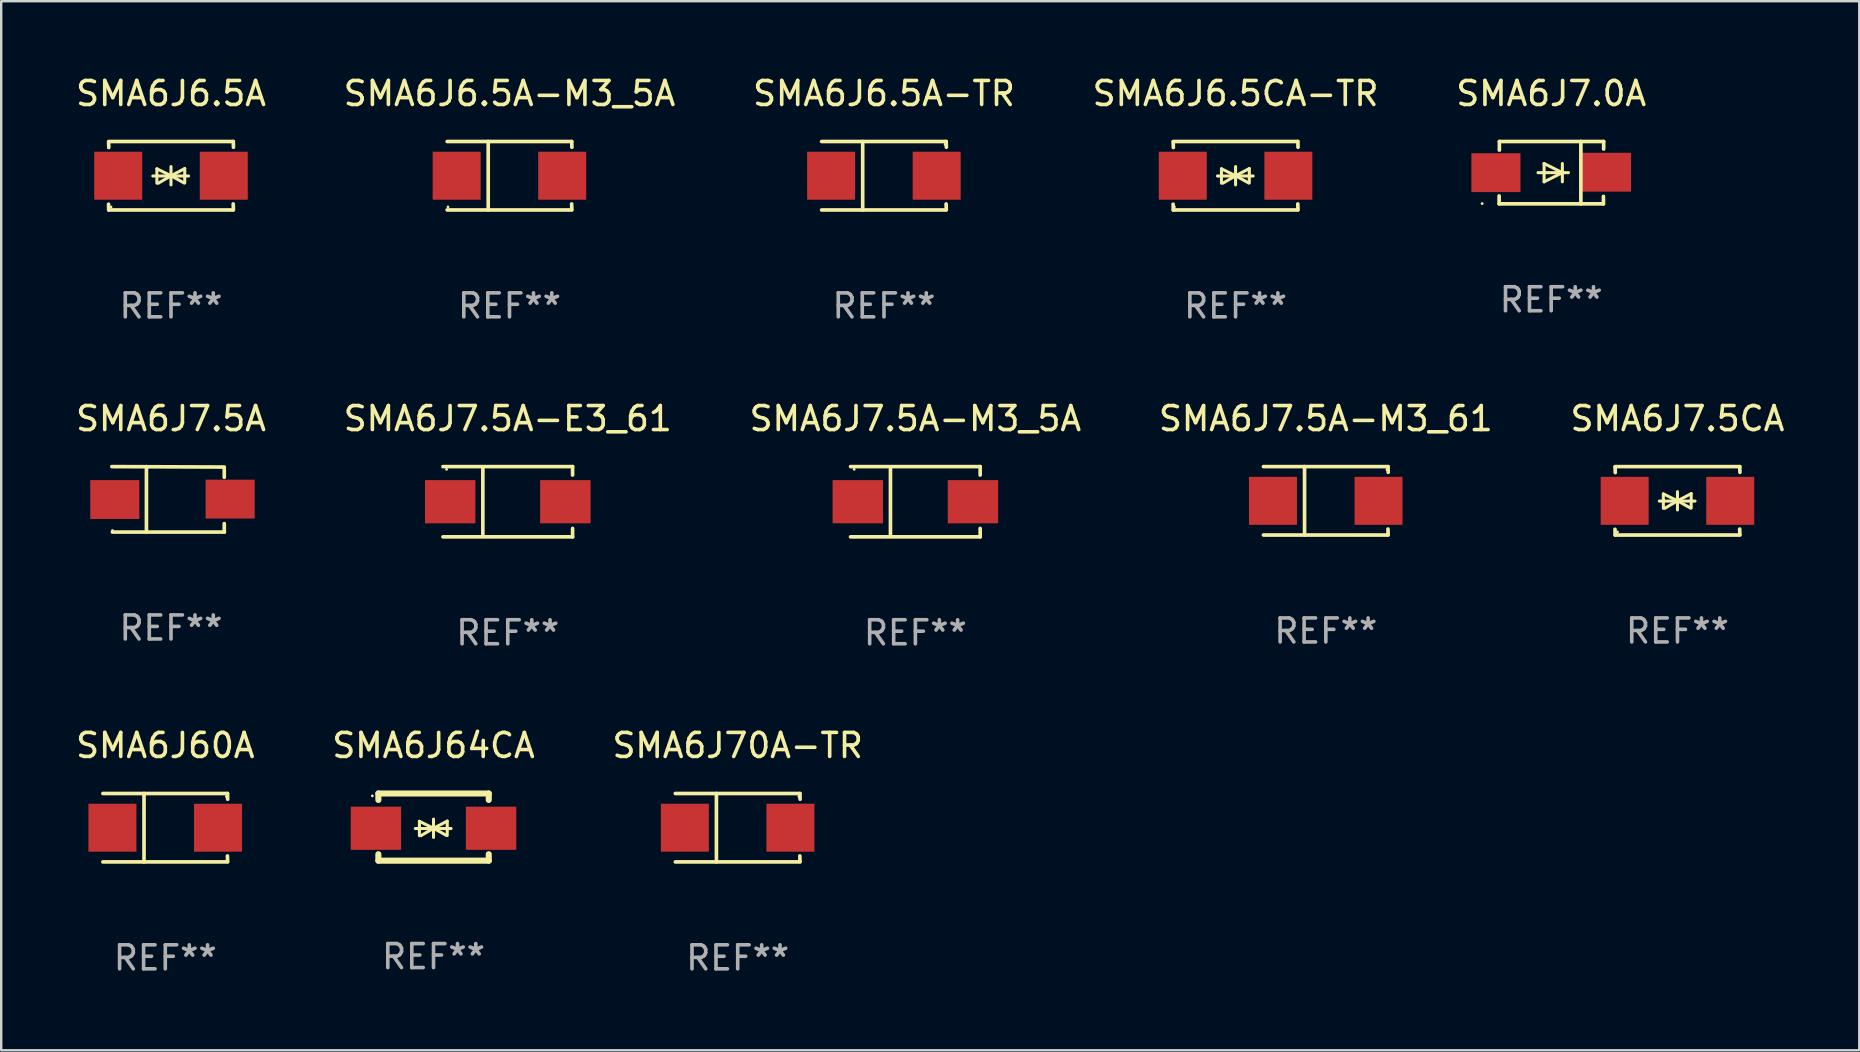
<source format=kicad_pcb>
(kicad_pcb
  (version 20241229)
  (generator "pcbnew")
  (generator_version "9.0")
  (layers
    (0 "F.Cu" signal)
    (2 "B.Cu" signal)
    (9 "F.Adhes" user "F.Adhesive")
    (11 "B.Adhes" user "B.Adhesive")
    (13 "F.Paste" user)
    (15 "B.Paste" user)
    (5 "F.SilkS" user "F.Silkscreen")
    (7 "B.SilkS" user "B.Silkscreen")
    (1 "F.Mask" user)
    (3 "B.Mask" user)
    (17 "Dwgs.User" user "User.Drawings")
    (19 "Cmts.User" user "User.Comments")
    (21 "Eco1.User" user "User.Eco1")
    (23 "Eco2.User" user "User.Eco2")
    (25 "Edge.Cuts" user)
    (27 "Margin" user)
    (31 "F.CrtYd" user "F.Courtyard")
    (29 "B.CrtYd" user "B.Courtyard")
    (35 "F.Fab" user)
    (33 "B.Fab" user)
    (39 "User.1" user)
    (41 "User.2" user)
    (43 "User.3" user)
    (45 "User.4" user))
  (footprint "SMA6J6.5CA-TR"
    (layer "F.Cu")
    (at 48.446 4.274)
    (property "Reference" "SMA6J6.5CA-TR" (at 0 -3.426 0) (layer "F.SilkS") (effects (font (size 1 1) (thickness 0.15))))
    (attr through_hole)
    (fp_line (start -2.596 -1.426) (end 2.596 -1.426) (stroke (width 0.152) (type solid)) (layer "F.SilkS"))
    (fp_line (start -2.596 1.426) (end -2.603 1.187) (stroke (width 0.152) (type solid)) (layer "F.SilkS"))
    (fp_line (start -2.596 1.426) (end 2.596 1.426) (stroke (width 0.152) (type solid)) (layer "F.SilkS"))
    (fp_line (start -2.593 -1.176) (end -2.6 -1.415) (stroke (width 0.152) (type solid)) (layer "F.SilkS"))
    (fp_line (start -0.758 0.011) (end 0.732 0.011) (stroke (width 0.127) (type solid)) (layer "F.SilkS"))
    (fp_line (start -0.588 -0.289) (end -0.588 0.311) (stroke (width 0.127) (type solid)) (layer "F.SilkS"))
    (fp_line (start -0.588 -0.289) (end 0 0) (stroke (width 0.127) (type solid)) (layer "F.SilkS"))
    (fp_line (start -0.528 0.311) (end 0 0) (stroke (width 0.127) (type solid)) (layer "F.SilkS"))
    (fp_line (start 0 0) (end 0 -0.381) (stroke (width 0.127) (type solid)) (layer "F.SilkS"))
    (fp_line (start 0 0) (end 0 0.381) (stroke (width 0.127) (type solid)) (layer "F.SilkS"))
    (fp_line (start 0.542 0.301) (end 0 0) (stroke (width 0.127) (type solid)) (layer "F.SilkS"))
    (fp_line (start 0.572 -0.299) (end 0 0) (stroke (width 0.127) (type solid)) (layer "F.SilkS"))
    (fp_line (start 0.572 -0.299) (end 0.572 0.301) (stroke (width 0.127) (type solid)) (layer "F.SilkS"))
    (fp_line (start 2.593 1.176) (end 2.6 1.415) (stroke (width 0.152) (type solid)) (layer "F.SilkS"))
    (fp_line (start 2.596 -1.426) (end 2.603 -1.187) (stroke (width 0.152) (type solid)) (layer "F.SilkS"))
    (fp_circle (center -2.55 1.3) (end -2.52 1.3) (stroke (width 0.06) (type solid)) (fill no) (layer "F.SilkS"))
    (fp_text user "REF**" (at 0 5.426 0) (layer "F.Fab") (effects (font (size 1 1) (thickness 0.15))))
    (pad "1" smd rect (at -2.2 0 180) (size 2 2) (layers "F.Cu" "F.Mask" "F.Paste"))
    (pad "2" smd rect (at 2.2 0 180) (size 2 2) (layers "F.Cu" "F.Mask" "F.Paste")))
  (footprint "SMA6J7.5CA"
    (layer "F.Cu")
    (at 66.863 17.823)
    (property "Reference" "SMA6J7.5CA" (at 0 -3.426 0) (layer "F.SilkS") (effects (font (size 1 1) (thickness 0.15))))
    (attr through_hole)
    (fp_line (start -2.596 -1.426) (end 2.596 -1.426) (stroke (width 0.152) (type solid)) (layer "F.SilkS"))
    (fp_line (start -2.596 1.426) (end -2.603 1.187) (stroke (width 0.152) (type solid)) (layer "F.SilkS"))
    (fp_line (start -2.596 1.426) (end 2.596 1.426) (stroke (width 0.152) (type solid)) (layer "F.SilkS"))
    (fp_line (start -2.593 -1.176) (end -2.6 -1.415) (stroke (width 0.152) (type solid)) (layer "F.SilkS"))
    (fp_line (start -0.758 0.011) (end 0.732 0.011) (stroke (width 0.127) (type solid)) (layer "F.SilkS"))
    (fp_line (start -0.588 -0.289) (end -0.588 0.311) (stroke (width 0.127) (type solid)) (layer "F.SilkS"))
    (fp_line (start -0.588 -0.289) (end 0 0) (stroke (width 0.127) (type solid)) (layer "F.SilkS"))
    (fp_line (start -0.528 0.311) (end 0 0) (stroke (width 0.127) (type solid)) (layer "F.SilkS"))
    (fp_line (start 0 0) (end 0 -0.381) (stroke (width 0.127) (type solid)) (layer "F.SilkS"))
    (fp_line (start 0 0) (end 0 0.381) (stroke (width 0.127) (type solid)) (layer "F.SilkS"))
    (fp_line (start 0.542 0.301) (end 0 0) (stroke (width 0.127) (type solid)) (layer "F.SilkS"))
    (fp_line (start 0.572 -0.299) (end 0 0) (stroke (width 0.127) (type solid)) (layer "F.SilkS"))
    (fp_line (start 0.572 -0.299) (end 0.572 0.301) (stroke (width 0.127) (type solid)) (layer "F.SilkS"))
    (fp_line (start 2.593 1.176) (end 2.6 1.415) (stroke (width 0.152) (type solid)) (layer "F.SilkS"))
    (fp_line (start 2.596 -1.426) (end 2.603 -1.187) (stroke (width 0.152) (type solid)) (layer "F.SilkS"))
    (fp_circle (center -2.5 1.3) (end -2.47 1.3) (stroke (width 0.06) (type solid)) (fill no) (layer "F.SilkS"))
    (fp_text user "REF**" (at 0 5.426 0) (layer "F.Fab") (effects (font (size 1 1) (thickness 0.15))))
    (pad "1" smd rect (at -2.2 0 180) (size 2 2) (layers "F.Cu" "F.Mask" "F.Paste"))
    (pad "2" smd rect (at 2.2 0 180) (size 2 2) (layers "F.Cu" "F.Mask" "F.Paste")))
  (footprint "SMA6J7.5A-M3_61"
    (layer "F.Cu")
    (at 52.208 17.823)
    (property "Reference" "SMA6J7.5A-M3_61" (at 0 -3.426 0) (layer "F.SilkS") (effects (font (size 1 1) (thickness 0.15))))
    (attr through_hole)
    (fp_line (start -2.6 -1.426) (end 2.593 -1.426) (stroke (width 0.152) (type solid)) (layer "F.SilkS"))
    (fp_line (start -2.6 1.426) (end 2.593 1.426) (stroke (width 0.152) (type solid)) (layer "F.SilkS"))
    (fp_line (start -0.887 -1.426) (end -0.887 1.426) (stroke (width 0.152) (type solid)) (layer "F.SilkS"))
    (fp_line (start 2.59 1.176) (end 2.597 1.415) (stroke (width 0.152) (type solid)) (layer "F.SilkS"))
    (fp_line (start 2.593 -1.426) (end 2.6 -1.187) (stroke (width 0.152) (type solid)) (layer "F.SilkS"))
    (fp_circle (center 2.547 -1.3) (end 2.577 -1.3) (stroke (width 0.06) (type solid)) (fill no) (layer "F.SilkS"))
    (fp_text user "REF**" (at 0 5.426 0) (layer "F.Fab") (effects (font (size 1 1) (thickness 0.15))))
    (pad "1" smd rect (at 2.197 -0.000025 180) (size 2 2) (layers "F.Cu" "F.Mask" "F.Paste"))
    (pad "2" smd rect (at -2.203 -0.000025 180) (size 2 2) (layers "F.Cu" "F.Mask" "F.Paste")))
  (footprint "SMA6J6.5A-M3_5A"
    (layer "F.Cu")
    (at 18.185 4.274)
    (property "Reference" "SMA6J6.5A-M3_5A" (at 0 -3.426 0) (layer "F.SilkS") (effects (font (size 1 1) (thickness 0.15))))
    (attr through_hole)
    (fp_line (start -2.6 -1.426) (end 2.593 -1.426) (stroke (width 0.152) (type solid)) (layer "F.SilkS"))
    (fp_line (start -2.6 1.426) (end 2.593 1.426) (stroke (width 0.152) (type solid)) (layer "F.SilkS"))
    (fp_line (start -0.887 -1.426) (end -0.887 1.426) (stroke (width 0.152) (type solid)) (layer "F.SilkS"))
    (fp_line (start 2.59 1.176) (end 2.597 1.415) (stroke (width 0.152) (type solid)) (layer "F.SilkS"))
    (fp_line (start 2.593 -1.426) (end 2.6 -1.187) (stroke (width 0.152) (type solid)) (layer "F.SilkS"))
    (fp_circle (center -2.563 1.3) (end -2.533 1.3) (stroke (width 0.06) (type solid)) (fill no) (layer "F.SilkS"))
    (fp_text user "REF**" (at 0 5.426 0) (layer "F.Fab") (effects (font (size 1 1) (thickness 0.15))))
    (pad "1" smd rect (at -2.203 -0.000025 180) (size 2 2) (layers "F.Cu" "F.Mask" "F.Paste"))
    (pad "2" smd rect (at 2.197 -0.000025 180) (size 2 2) (layers "F.Cu" "F.Mask" "F.Paste")))
  (footprint "SMA6J60A"
    (layer "F.Cu")
    (at 3.839 31.447)
    (property "Reference" "SMA6J60A" (at 0 -3.426 0) (layer "F.SilkS") (effects (font (size 1 1) (thickness 0.15))))
    (attr through_hole)
    (fp_line (start -2.6 -1.426) (end 2.593 -1.426) (stroke (width 0.152) (type solid)) (layer "F.SilkS"))
    (fp_line (start -2.6 1.426) (end 2.593 1.426) (stroke (width 0.152) (type solid)) (layer "F.SilkS"))
    (fp_line (start -0.887 -1.426) (end -0.887 1.426) (stroke (width 0.152) (type solid)) (layer "F.SilkS"))
    (fp_line (start 2.59 1.176) (end 2.597 1.415) (stroke (width 0.152) (type solid)) (layer "F.SilkS"))
    (fp_line (start 2.593 -1.426) (end 2.6 -1.187) (stroke (width 0.152) (type solid)) (layer "F.SilkS"))
    (fp_circle (center 2.547 -1.3) (end 2.577 -1.3) (stroke (width 0.06) (type solid)) (fill no) (layer "F.SilkS"))
    (fp_text user "REF**" (at 0 5.426 0) (layer "F.Fab") (effects (font (size 1 1) (thickness 0.15))))
    (pad "1" smd rect (at 2.197 -0.000025 180) (size 2 2) (layers "F.Cu" "F.Mask" "F.Paste"))
    (pad "2" smd rect (at -2.203 -0.000025 180) (size 2 2) (layers "F.Cu" "F.Mask" "F.Paste")))
  (footprint "SMA6J64CA"
    (layer "F.Cu")
    (at 15.018 31.421)
    (property "Reference" "SMA6J64CA" (at 0 -3.4 0) (layer "F.SilkS") (effects (font (size 1 1) (thickness 0.15))))
    (attr through_hole)
    (fp_line (start -2.298 -1.4) (end -2.298 -1.131) (stroke (width 0.254) (type solid)) (layer "F.SilkS"))
    (fp_line (start -2.298 -1.4) (end 2.302 -1.4) (stroke (width 0.254) (type solid)) (layer "F.SilkS"))
    (fp_line (start -2.298 1.131) (end -2.298 1.4) (stroke (width 0.254) (type solid)) (layer "F.SilkS"))
    (fp_line (start -2.298 1.4) (end 2.302 1.4) (stroke (width 0.254) (type solid)) (layer "F.SilkS"))
    (fp_line (start -0.758 0.06) (end 0.732 0.06) (stroke (width 0.127) (type solid)) (layer "F.SilkS"))
    (fp_line (start -0.588 -0.24) (end -0.588 0.36) (stroke (width 0.127) (type solid)) (layer "F.SilkS"))
    (fp_line (start -0.588 -0.24) (end 0.000025 0.049) (stroke (width 0.127) (type solid)) (layer "F.SilkS"))
    (fp_line (start -0.528 0.36) (end 0.000025 0.049) (stroke (width 0.127) (type solid)) (layer "F.SilkS"))
    (fp_line (start 0.000025 0.049) (end 0.000025 -0.332) (stroke (width 0.127) (type solid)) (layer "F.SilkS"))
    (fp_line (start 0.000025 0.049) (end 0.000025 0.43) (stroke (width 0.127) (type solid)) (layer "F.SilkS"))
    (fp_line (start 0.542 0.35) (end 0.000025 0.049) (stroke (width 0.127) (type solid)) (layer "F.SilkS"))
    (fp_line (start 0.572 -0.25) (end 0.000025 0.049) (stroke (width 0.127) (type solid)) (layer "F.SilkS"))
    (fp_line (start 0.572 -0.25) (end 0.572 0.35) (stroke (width 0.127) (type solid)) (layer "F.SilkS"))
    (fp_line (start 2.302 -1.4) (end 2.302 -1.131) (stroke (width 0.254) (type solid)) (layer "F.SilkS"))
    (fp_line (start 2.302 1.131) (end 2.302 1.4) (stroke (width 0.254) (type solid)) (layer "F.SilkS"))
    (fp_circle (center -2.549 -1.301) (end -2.519 -1.301) (stroke (width 0.06) (type solid)) (fill no) (layer "F.SilkS"))
    (fp_text user "REF**" (at 0 5.4 0) (layer "F.Fab") (effects (font (size 1 1) (thickness 0.15))))
    (pad "1" smd rect (at -2.4 0.049) (size 2.1 1.8) (layers "F.Cu" "F.Mask" "F.Paste"))
    (pad "2" smd rect (at 2.4 0.049) (size 2.1 1.8) (layers "F.Cu" "F.Mask" "F.Paste")))
  (footprint "SMA6J6.5A"
    (layer "F.Cu")
    (at 4.077 4.274)
    (property "Reference" "SMA6J6.5A" (at 0 -3.426 0) (layer "F.SilkS") (effects (font (size 1 1) (thickness 0.15))))
    (attr through_hole)
    (fp_line (start -2.596 -1.426) (end 2.596 -1.426) (stroke (width 0.152) (type solid)) (layer "F.SilkS"))
    (fp_line (start -2.596 1.426) (end -2.603 1.187) (stroke (width 0.152) (type solid)) (layer "F.SilkS"))
    (fp_line (start -2.596 1.426) (end 2.596 1.426) (stroke (width 0.152) (type solid)) (layer "F.SilkS"))
    (fp_line (start -2.593 -1.176) (end -2.6 -1.415) (stroke (width 0.152) (type solid)) (layer "F.SilkS"))
    (fp_line (start -0.758 0.011) (end 0.732 0.011) (stroke (width 0.127) (type solid)) (layer "F.SilkS"))
    (fp_line (start -0.588 -0.289) (end -0.588 0.311) (stroke (width 0.127) (type solid)) (layer "F.SilkS"))
    (fp_line (start -0.588 -0.289) (end 0 0) (stroke (width 0.127) (type solid)) (layer "F.SilkS"))
    (fp_line (start -0.528 0.311) (end 0 0) (stroke (width 0.127) (type solid)) (layer "F.SilkS"))
    (fp_line (start 0 0) (end 0 -0.381) (stroke (width 0.127) (type solid)) (layer "F.SilkS"))
    (fp_line (start 0 0) (end 0 0.381) (stroke (width 0.127) (type solid)) (layer "F.SilkS"))
    (fp_line (start 0.542 0.301) (end 0 0) (stroke (width 0.127) (type solid)) (layer "F.SilkS"))
    (fp_line (start 0.572 -0.299) (end 0 0) (stroke (width 0.127) (type solid)) (layer "F.SilkS"))
    (fp_line (start 0.572 -0.299) (end 0.572 0.301) (stroke (width 0.127) (type solid)) (layer "F.SilkS"))
    (fp_line (start 2.593 1.176) (end 2.6 1.415) (stroke (width 0.152) (type solid)) (layer "F.SilkS"))
    (fp_line (start 2.596 -1.426) (end 2.603 -1.187) (stroke (width 0.152) (type solid)) (layer "F.SilkS"))
    (fp_circle (center -2.5 1.3) (end -2.47 1.3) (stroke (width 0.06) (type solid)) (fill no) (layer "F.SilkS"))
    (fp_text user "REF**" (at 0 5.426 0) (layer "F.Fab") (effects (font (size 1 1) (thickness 0.15))))
    (pad "1" smd rect (at -2.2 0 180) (size 2 2) (layers "F.Cu" "F.Mask" "F.Paste"))
    (pad "2" smd rect (at 2.2 0 180) (size 2 2) (layers "F.Cu" "F.Mask" "F.Paste")))
  (footprint "SMA6J7.5A-E3_61"
    (layer "F.Cu")
    (at 18.113 17.861)
    (property "Reference" "SMA6J7.5A-E3_61" (at 0 -3.464 0) (layer "F.SilkS") (effects (font (size 1 1) (thickness 0.15))))
    (attr through_hole)
    (fp_line (start -2.701 -1.464) (end 2.701 -1.464) (stroke (width 0.152) (type solid)) (layer "F.SilkS"))
    (fp_line (start -2.701 1.464) (end 2.701 1.464) (stroke (width 0.152) (type solid)) (layer "F.SilkS"))
    (fp_line (start -1.039 -1.364) (end -1.039 1.364) (stroke (width 0.152) (type solid)) (layer "F.SilkS"))
    (fp_line (start 2.701 -1.464) (end 2.701 -1.113) (stroke (width 0.152) (type solid)) (layer "F.SilkS"))
    (fp_line (start 2.701 1.464) (end 2.701 1.113) (stroke (width 0.152) (type solid)) (layer "F.SilkS"))
    (fp_circle (center -2.55 -1.35) (end -2.52 -1.35) (stroke (width 0.06) (type solid)) (fill no) (layer "F.SilkS"))
    (fp_text user "REF**" (at 0 5.464 0) (layer "F.Fab") (effects (font (size 1 1) (thickness 0.15))))
    (pad "1" smd rect (at -2.4 0) (size 2.1 1.8) (layers "F.Cu" "F.Mask" "F.Paste"))
    (pad "2" smd rect (at 2.4 0) (size 2.1 1.8) (layers "F.Cu" "F.Mask" "F.Paste")))
  (footprint "SMA6J70A-TR"
    (layer "F.Cu")
    (at 27.696 31.447)
    (property "Reference" "SMA6J70A-TR" (at 0 -3.426 0) (layer "F.SilkS") (effects (font (size 1 1) (thickness 0.15))))
    (attr through_hole)
    (fp_line (start -2.6 -1.426) (end 2.593 -1.426) (stroke (width 0.152) (type solid)) (layer "F.SilkS"))
    (fp_line (start -2.6 1.426) (end 2.593 1.426) (stroke (width 0.152) (type solid)) (layer "F.SilkS"))
    (fp_line (start -0.887 -1.426) (end -0.887 1.426) (stroke (width 0.152) (type solid)) (layer "F.SilkS"))
    (fp_line (start 2.59 1.176) (end 2.597 1.415) (stroke (width 0.152) (type solid)) (layer "F.SilkS"))
    (fp_line (start 2.593 -1.426) (end 2.6 -1.187) (stroke (width 0.152) (type solid)) (layer "F.SilkS"))
    (fp_circle (center 2.547 -1.3) (end 2.577 -1.3) (stroke (width 0.06) (type solid)) (fill no) (layer "F.SilkS"))
    (fp_text user "REF**" (at 0 5.426 0) (layer "F.Fab") (effects (font (size 1 1) (thickness 0.15))))
    (pad "1" smd rect (at 2.197 -0.000025 180) (size 2 2) (layers "F.Cu" "F.Mask" "F.Paste"))
    (pad "2" smd rect (at -2.203 -0.000025 180) (size 2 2) (layers "F.Cu" "F.Mask" "F.Paste")))
  (footprint "SMA6J7.0A"
    (layer "F.Cu")
    (at 61.601 4.147)
    (property "Reference" "SMA6J7.0A" (at 0 -3.299 0) (layer "F.SilkS") (effects (font (size 1 1) (thickness 0.15))))
    (attr through_hole)
    (fp_line (start -2.17 0.969) (end -2.17 1.299) (stroke (width 0.152) (type solid)) (layer "F.SilkS"))
    (fp_line (start -2.17 1.299) (end 2.177 1.299) (stroke (width 0.152) (type solid)) (layer "F.SilkS"))
    (fp_line (start -2.16 -1.299) (end 2.186 -1.299) (stroke (width 0.152) (type solid)) (layer "F.SilkS"))
    (fp_line (start -2.16 -0.94) (end -2.16 -1.299) (stroke (width 0.152) (type solid)) (layer "F.SilkS"))
    (fp_line (start -0.551 -0.000483) (end 0.719 -0.000483) (stroke (width 0.127) (type solid)) (layer "F.SilkS"))
    (fp_line (start -0.297 -0.381) (end 0.465 -0.000483) (stroke (width 0.127) (type solid)) (layer "F.SilkS"))
    (fp_line (start -0.297 -0.000483) (end -0.297 -0.381) (stroke (width 0.127) (type solid)) (layer "F.SilkS"))
    (fp_line (start -0.297 -0.000483) (end -0.297 0.381) (stroke (width 0.127) (type solid)) (layer "F.SilkS"))
    (fp_line (start -0.297 0.381) (end 0.465 -0.000483) (stroke (width 0.127) (type solid)) (layer "F.SilkS"))
    (fp_line (start 0.465 -0.000483) (end 0.465 -0.381) (stroke (width 0.127) (type solid)) (layer "F.SilkS"))
    (fp_line (start 0.465 -0.000483) (end 0.465 0.381) (stroke (width 0.127) (type solid)) (layer "F.SilkS"))
    (fp_line (start 1.236 -1.299) (end 1.236 1.299) (stroke (width 0.152) (type solid)) (layer "F.SilkS"))
    (fp_line (start 2.177 1.299) (end 2.177 0.988) (stroke (width 0.152) (type solid)) (layer "F.SilkS"))
    (fp_line (start 2.186 -1.299) (end 2.186 -0.987) (stroke (width 0.152) (type solid)) (layer "F.SilkS"))
    (fp_circle (center -2.879 1.289) (end -2.849 1.289) (stroke (width 0.06) (type solid)) (fill no) (layer "F.SilkS"))
    (fp_text user "REF**" (at 0 5.299 0) (layer "F.Fab") (effects (font (size 1 1) (thickness 0.15))))
    (pad "1" smd rect (at -2.304 -0.001) (size 2.046 1.62) (layers "F.Cu" "F.Mask" "F.Paste"))
    (pad "2" smd rect (at 2.304 -0.02 180) (size 2.046 1.62) (layers "F.Cu" "F.Mask" "F.Paste")))
  (footprint "SMA6J6.5A-TR"
    (layer "F.Cu")
    (at 33.792 4.274)
    (property "Reference" "SMA6J6.5A-TR" (at 0 -3.426 0) (layer "F.SilkS") (effects (font (size 1 1) (thickness 0.15))))
    (attr through_hole)
    (fp_line (start -2.6 -1.426) (end 2.593 -1.426) (stroke (width 0.152) (type solid)) (layer "F.SilkS"))
    (fp_line (start -2.6 1.426) (end 2.593 1.426) (stroke (width 0.152) (type solid)) (layer "F.SilkS"))
    (fp_line (start -0.887 -1.426) (end -0.887 1.426) (stroke (width 0.152) (type solid)) (layer "F.SilkS"))
    (fp_line (start 2.59 1.176) (end 2.597 1.415) (stroke (width 0.152) (type solid)) (layer "F.SilkS"))
    (fp_line (start 2.593 -1.426) (end 2.6 -1.187) (stroke (width 0.152) (type solid)) (layer "F.SilkS"))
    (fp_circle (center 2.547 -1.3) (end 2.577 -1.3) (stroke (width 0.06) (type solid)) (fill no) (layer "F.SilkS"))
    (fp_text user "REF**" (at 0 5.426 0) (layer "F.Fab") (effects (font (size 1 1) (thickness 0.15))))
    (pad "1" smd rect (at 2.197 -0.000025 180) (size 2 2) (layers "F.Cu" "F.Mask" "F.Paste"))
    (pad "2" smd rect (at -2.203 -0.000025 180) (size 2 2) (layers "F.Cu" "F.Mask" "F.Paste")))
  (footprint "SMA6J7.5A"
    (layer "F.Cu")
    (at 4.077 17.761)
    (property "Reference" "SMA6J7.5A" (at 0 -3.364 0) (layer "F.SilkS") (effects (font (size 1 1) (thickness 0.15))))
    (attr through_hole)
    (fp_line (start -2.465 -1.364) (end 2.22 -1.346) (stroke (width 0.152) (type solid)) (layer "F.SilkS"))
    (fp_line (start -2.442 1.364) (end 2.226 1.364) (stroke (width 0.152) (type solid)) (layer "F.SilkS"))
    (fp_line (start -1.024 -1.364) (end -1.024 1.364) (stroke (width 0.152) (type solid)) (layer "F.SilkS"))
    (fp_line (start 2.22 -1.27) (end 2.22 -0.919) (stroke (width 0.152) (type solid)) (layer "F.SilkS"))
    (fp_line (start 2.22 1.364) (end 2.22 1.013) (stroke (width 0.152) (type solid)) (layer "F.SilkS"))
    (fp_circle (center -2.439 1.3) (end -2.409 1.3) (stroke (width 0.06) (type solid)) (fill no) (layer "F.SilkS"))
    (fp_text user "REF**" (at 0 5.364 0) (layer "F.Fab") (effects (font (size 1 1) (thickness 0.15))))
    (pad "1" smd rect (at -2.343 0.009) (size 2.046 1.62) (layers "F.Cu" "F.Mask" "F.Paste"))
    (pad "2" smd rect (at 2.465 -0.009 180) (size 2.046 1.62) (layers "F.Cu" "F.Mask" "F.Paste")))
  (footprint "SMA6J7.5A-M3_5A"
    (layer "F.Cu")
    (at 35.101 17.861)
    (property "Reference" "SMA6J7.5A-M3_5A" (at 0 -3.464 0) (layer "F.SilkS") (effects (font (size 1 1) (thickness 0.15))))
    (attr through_hole)
    (fp_line (start -2.701 -1.464) (end 2.701 -1.464) (stroke (width 0.152) (type solid)) (layer "F.SilkS"))
    (fp_line (start -2.701 1.464) (end 2.701 1.464) (stroke (width 0.152) (type solid)) (layer "F.SilkS"))
    (fp_line (start -1.039 -1.364) (end -1.039 1.364) (stroke (width 0.152) (type solid)) (layer "F.SilkS"))
    (fp_line (start 2.701 -1.464) (end 2.701 -1.113) (stroke (width 0.152) (type solid)) (layer "F.SilkS"))
    (fp_line (start 2.701 1.464) (end 2.701 1.113) (stroke (width 0.152) (type solid)) (layer "F.SilkS"))
    (fp_circle (center -2.55 -1.35) (end -2.52 -1.35) (stroke (width 0.06) (type solid)) (fill no) (layer "F.SilkS"))
    (fp_text user "REF**" (at 0 5.464 0) (layer "F.Fab") (effects (font (size 1 1) (thickness 0.15))))
    (pad "1" smd rect (at -2.4 0) (size 2.1 1.8) (layers "F.Cu" "F.Mask" "F.Paste"))
    (pad "2" smd rect (at 2.4 0) (size 2.1 1.8) (layers "F.Cu" "F.Mask" "F.Paste")))
  (gr_rect
    (start -3 -3)
    (end 74.44 40.722)
    (stroke (width 0.1) (type default))
    (fill no)
    (layer "Edge.Cuts")))
</source>
